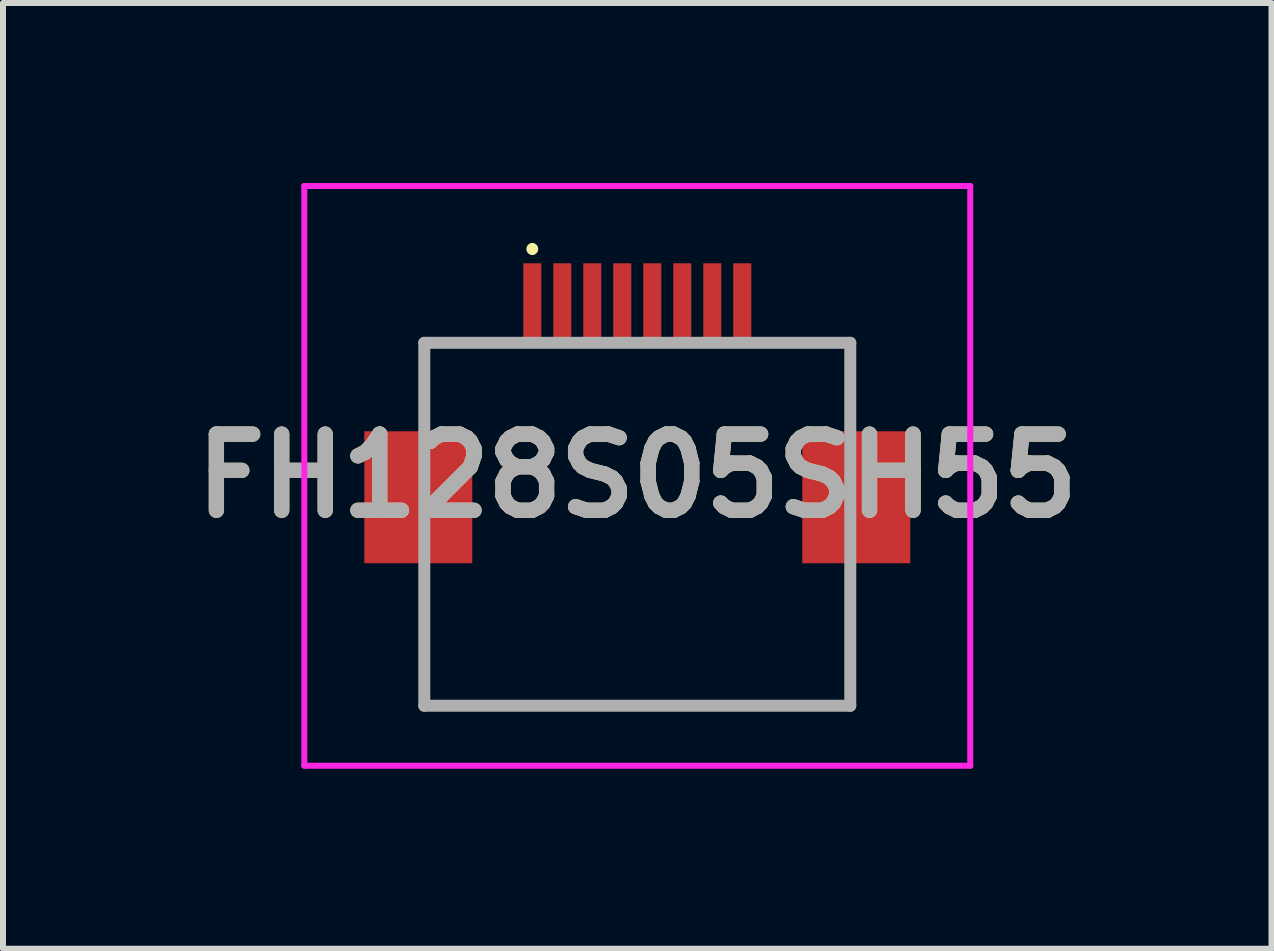
<source format=kicad_pcb>
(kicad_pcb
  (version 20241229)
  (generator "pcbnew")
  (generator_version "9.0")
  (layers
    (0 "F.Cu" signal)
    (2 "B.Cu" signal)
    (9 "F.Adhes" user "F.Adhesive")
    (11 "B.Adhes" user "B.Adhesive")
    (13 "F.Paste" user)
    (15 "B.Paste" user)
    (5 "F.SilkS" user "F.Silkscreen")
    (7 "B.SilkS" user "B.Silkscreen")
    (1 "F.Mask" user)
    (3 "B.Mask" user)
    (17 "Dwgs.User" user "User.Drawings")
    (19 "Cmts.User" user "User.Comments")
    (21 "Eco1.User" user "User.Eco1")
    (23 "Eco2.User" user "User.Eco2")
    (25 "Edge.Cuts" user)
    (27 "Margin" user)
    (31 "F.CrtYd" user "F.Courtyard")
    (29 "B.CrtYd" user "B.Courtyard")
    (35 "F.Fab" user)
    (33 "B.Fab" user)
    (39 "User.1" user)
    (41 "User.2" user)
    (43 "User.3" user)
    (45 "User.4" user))
  (footprint "FH128S05SH55"
    (layer "F.Cu")
    (at 7.572 5.35)
    (property "Reference" "FH128S05SH55" (at 0 -0.469 0) (layer "F.SilkS") (effects (font (size 1.27 1.27) (thickness 0.254))))
    (attr smd)
    (fp_line (start -3.55 -2.686) (end -2.5 -2.686) (stroke (width 0.1) (type solid)) (layer "F.SilkS"))
    (fp_line (start -3.55 -1.737) (end -3.55 -2.686) (stroke (width 0.1) (type solid)) (layer "F.SilkS"))
    (fp_line (start -3.55 1.763) (end -3.55 3.363) (stroke (width 0.1) (type solid)) (layer "F.SilkS"))
    (fp_line (start -3.55 3.363) (end 3.55 3.363) (stroke (width 0.1) (type solid)) (layer "F.SilkS"))
    (fp_line (start -1.75 -4.3) (end -1.75 -4.3) (stroke (width 0.1) (type solid)) (layer "F.SilkS"))
    (fp_line (start -1.75 -4.2) (end -1.75 -4.2) (stroke (width 0.1) (type solid)) (layer "F.SilkS"))
    (fp_line (start 3.55 -2.686) (end 2.5 -2.686) (stroke (width 0.1) (type solid)) (layer "F.SilkS"))
    (fp_line (start 3.55 -1.737) (end 3.55 -2.686) (stroke (width 0.1) (type solid)) (layer "F.SilkS"))
    (fp_line (start 3.55 3.363) (end 3.55 1.763) (stroke (width 0.1) (type solid)) (layer "F.SilkS"))
    (fp_arc (start -1.75 -4.3) (mid -1.7 -4.25) (end -1.75 -4.2) (stroke (width 0.1) (type solid)) (layer "F.SilkS"))
    (fp_arc (start -1.75 -4.2) (mid -1.8 -4.25) (end -1.75 -4.3) (stroke (width 0.1) (type solid)) (layer "F.SilkS"))
    (fp_line (start -5.55 -5.3) (end 5.55 -5.3) (stroke (width 0.1) (type solid)) (layer "F.CrtYd"))
    (fp_line (start -5.55 4.363) (end -5.55 -5.3) (stroke (width 0.1) (type solid)) (layer "F.CrtYd"))
    (fp_line (start 5.55 -5.3) (end 5.55 4.363) (stroke (width 0.1) (type solid)) (layer "F.CrtYd"))
    (fp_line (start 5.55 4.363) (end -5.55 4.363) (stroke (width 0.1) (type solid)) (layer "F.CrtYd"))
    (fp_line (start -3.55 -2.686) (end 3.55 -2.686) (stroke (width 0.2) (type solid)) (layer "F.Fab"))
    (fp_line (start -3.55 3.363) (end -3.55 -2.686) (stroke (width 0.2) (type solid)) (layer "F.Fab"))
    (fp_line (start 3.55 -2.686) (end 3.55 3.363) (stroke (width 0.2) (type solid)) (layer "F.Fab"))
    (fp_line (start 3.55 3.363) (end -3.55 3.363) (stroke (width 0.2) (type solid)) (layer "F.Fab"))
    (fp_text user "${REFERENCE}" (at 0 -0.469 0) (layer "F.Fab") (effects (font (size 1.27 1.27) (thickness 0.254))))
    (pad "1" smd rect (at -1.75 -3.362) (size 0.3 1.3) (layers "F.Cu" "F.Mask" "F.Paste"))
    (pad "2" smd rect (at -1.25 -3.362) (size 0.3 1.3) (layers "F.Cu" "F.Mask" "F.Paste"))
    (pad "3" smd rect (at -0.75 -3.362) (size 0.3 1.3) (layers "F.Cu" "F.Mask" "F.Paste"))
    (pad "4" smd rect (at -0.25 -3.362) (size 0.3 1.3) (layers "F.Cu" "F.Mask" "F.Paste"))
    (pad "5" smd rect (at 0.25 -3.362) (size 0.3 1.3) (layers "F.Cu" "F.Mask" "F.Paste"))
    (pad "6" smd rect (at 0.75 -3.362) (size 0.3 1.3) (layers "F.Cu" "F.Mask" "F.Paste"))
    (pad "7" smd rect (at 1.25 -3.362) (size 0.3 1.3) (layers "F.Cu" "F.Mask" "F.Paste"))
    (pad "8" smd rect (at 1.75 -3.362) (size 0.3 1.3) (layers "F.Cu" "F.Mask" "F.Paste"))
    (pad "MP1" smd rect (at -3.65 -0.112) (size 1.8 2.2) (layers "F.Cu" "F.Mask" "F.Paste"))
    (pad "MP2" smd rect (at 3.65 -0.112) (size 1.8 2.2) (layers "F.Cu" "F.Mask" "F.Paste")))
  (gr_rect
    (start -3 -3)
    (end 18.143 12.763)
    (stroke (width 0.1) (type default))
    (fill no)
    (layer "Edge.Cuts")))
</source>
